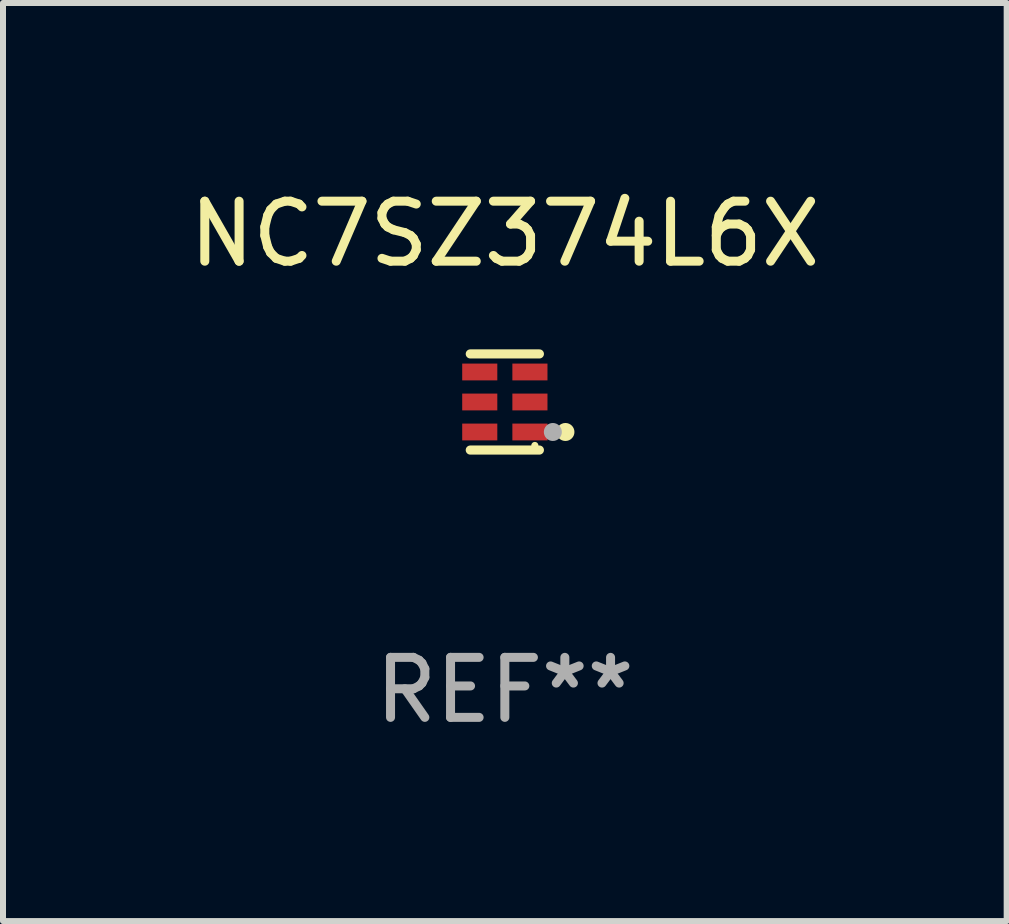
<source format=kicad_pcb>
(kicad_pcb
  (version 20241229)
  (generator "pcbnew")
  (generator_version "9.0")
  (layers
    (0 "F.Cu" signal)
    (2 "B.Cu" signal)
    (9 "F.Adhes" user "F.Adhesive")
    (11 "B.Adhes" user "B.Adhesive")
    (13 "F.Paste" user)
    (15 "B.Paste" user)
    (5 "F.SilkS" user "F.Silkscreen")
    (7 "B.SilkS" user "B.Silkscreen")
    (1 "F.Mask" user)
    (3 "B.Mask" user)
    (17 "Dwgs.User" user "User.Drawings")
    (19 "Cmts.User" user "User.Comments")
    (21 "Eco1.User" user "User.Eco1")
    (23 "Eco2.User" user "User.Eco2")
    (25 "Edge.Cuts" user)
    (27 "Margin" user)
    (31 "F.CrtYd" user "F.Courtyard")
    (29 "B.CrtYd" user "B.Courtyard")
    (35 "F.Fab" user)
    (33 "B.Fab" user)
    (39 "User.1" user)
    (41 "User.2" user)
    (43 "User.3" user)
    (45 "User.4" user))
  (footprint "NC7SZ374L6X"
    (layer "F.Cu")
    (at 5.363 3.649)
    (property "Reference" "NC7SZ374L6X" (at 0 -2.801 0) (layer "F.SilkS") (effects (font (size 1 1) (thickness 0.15))))
    (attr through_hole)
    (fp_line (start 0.576 -0.801) (end -0.576 -0.801) (stroke (width 0.152) (type solid)) (layer "F.SilkS"))
    (fp_line (start 0.576 0.801) (end -0.576 0.801) (stroke (width 0.152) (type solid)) (layer "F.SilkS"))
    (fp_circle (center 0.5 0.725) (end 0.53 0.725) (stroke (width 0.06) (type solid)) (fill no) (layer "F.SilkS"))
    (fp_circle (center 1.01 0.5) (end 1.085 0.5) (stroke (width 0.15) (type solid)) (fill no) (layer "F.SilkS"))
    (fp_circle (center 0.8 0.5) (end 0.875 0.5) (stroke (width 0.15) (type solid)) (fill no) (layer "F.Fab"))
    (fp_text user "REF**" (at 0 4.801 0) (layer "F.Fab") (effects (font (size 1 1) (thickness 0.15))))
    (pad "1" smd rect (at 0.418 0.5 90) (size 0.28 0.585) (layers "F.Cu" "F.Mask" "F.Paste"))
    (pad "2" smd rect (at 0.418 0 90) (size 0.28 0.585) (layers "F.Cu" "F.Mask" "F.Paste"))
    (pad "3" smd rect (at 0.418 -0.5 90) (size 0.28 0.585) (layers "F.Cu" "F.Mask" "F.Paste"))
    (pad "4" smd rect (at -0.418 -0.5 90) (size 0.28 0.585) (layers "F.Cu" "F.Mask" "F.Paste"))
    (pad "5" smd rect (at -0.418 0 90) (size 0.28 0.585) (layers "F.Cu" "F.Mask" "F.Paste"))
    (pad "6" smd rect (at -0.418 0.5 90) (size 0.28 0.585) (layers "F.Cu" "F.Mask" "F.Paste")))
  (gr_rect
    (start -3 -3)
    (end 13.726 12.299)
    (stroke (width 0.1) (type default))
    (fill no)
    (layer "Edge.Cuts")))
</source>
